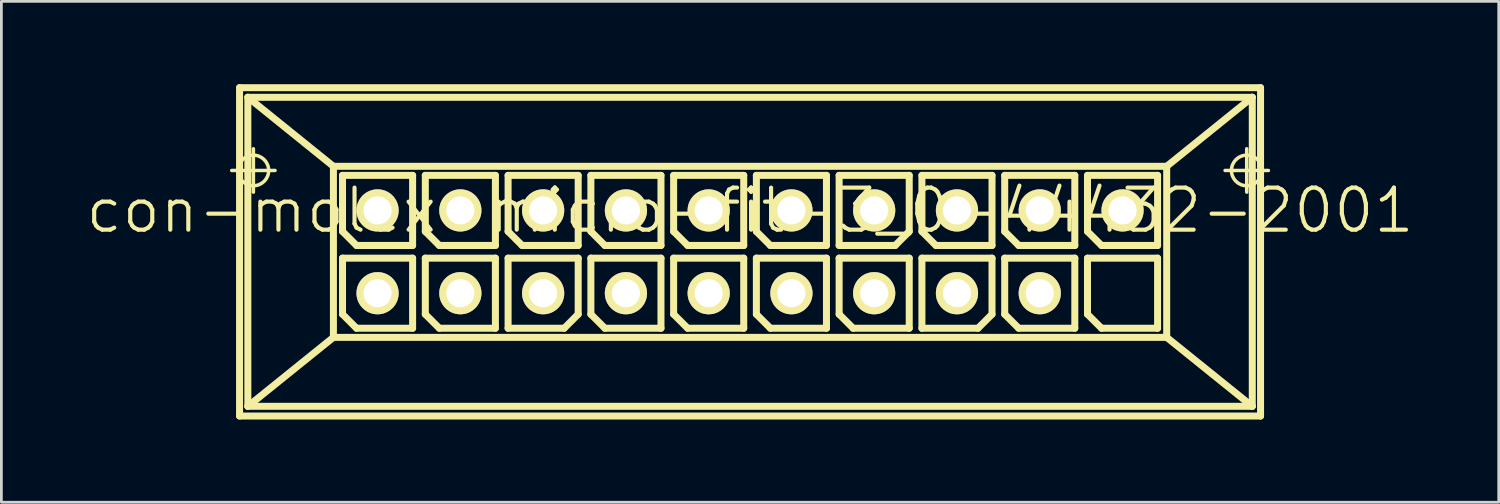
<source format=kicad_pcb>
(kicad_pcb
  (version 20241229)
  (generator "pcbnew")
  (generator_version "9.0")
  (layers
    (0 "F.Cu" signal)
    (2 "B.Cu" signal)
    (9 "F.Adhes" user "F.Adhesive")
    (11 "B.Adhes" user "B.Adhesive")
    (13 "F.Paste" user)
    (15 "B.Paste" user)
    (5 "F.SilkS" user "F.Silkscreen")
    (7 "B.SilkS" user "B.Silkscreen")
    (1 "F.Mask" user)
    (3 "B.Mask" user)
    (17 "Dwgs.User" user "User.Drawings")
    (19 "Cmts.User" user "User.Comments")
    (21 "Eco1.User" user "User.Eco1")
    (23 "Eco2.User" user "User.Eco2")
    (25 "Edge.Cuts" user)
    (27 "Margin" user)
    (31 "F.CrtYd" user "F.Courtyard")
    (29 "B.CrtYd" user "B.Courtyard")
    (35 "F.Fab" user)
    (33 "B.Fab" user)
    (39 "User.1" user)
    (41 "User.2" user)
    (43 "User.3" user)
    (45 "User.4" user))
  (footprint "con-molex-micro-fit-3_0-44432-2001"
    (layer "F.Cu")
    (at 24.13 4.575)
    (property "Reference" "con-molex-micro-fit-3_0-44432-2001" (at 0 0 0) (layer "F.SilkS") (effects (font (size 1.524 1.524) (thickness 0.15))))
    (attr exclude_from_pos_files exclude_from_bom)
    (fp_line (start -18.783 -1.448) (end -17.214 -1.448) (stroke (width 0.127) (type solid)) (layer "F.SilkS"))
    (fp_line (start -18.499 -4.448) (end 18.499 -4.448) (stroke (width 0.254) (type solid)) (layer "F.SilkS"))
    (fp_line (start -18.499 7.45) (end -18.499 -4.448) (stroke (width 0.254) (type solid)) (layer "F.SilkS"))
    (fp_line (start -18.199 -4.1) (end -15.098 -1.598) (stroke (width 0.254) (type solid)) (layer "F.SilkS"))
    (fp_line (start -18.199 -4.1) (end 18.199 -4.1) (stroke (width 0.254) (type solid)) (layer "F.SilkS"))
    (fp_line (start -18.199 7.099) (end -18.199 -4.1) (stroke (width 0.254) (type solid)) (layer "F.SilkS"))
    (fp_line (start -17.998 -0.663) (end -17.998 -2.233) (stroke (width 0.127) (type solid)) (layer "F.SilkS"))
    (fp_line (start -15.098 -1.598) (end -15.098 4.6) (stroke (width 0.254) (type solid)) (layer "F.SilkS"))
    (fp_line (start -15.098 -1.598) (end 15.098 -1.598) (stroke (width 0.254) (type solid)) (layer "F.SilkS"))
    (fp_line (start -15.098 4.6) (end -18.199 7.099) (stroke (width 0.254) (type solid)) (layer "F.SilkS"))
    (fp_line (start -15.098 4.6) (end 15.098 4.6) (stroke (width 0.254) (type solid)) (layer "F.SilkS"))
    (fp_line (start -14.768 -1.27) (end -12.228 -1.27) (stroke (width 0.254) (type solid)) (layer "F.SilkS"))
    (fp_line (start -14.768 0.762) (end -14.768 -1.27) (stroke (width 0.254) (type solid)) (layer "F.SilkS"))
    (fp_line (start -14.768 1.73) (end -12.228 1.73) (stroke (width 0.254) (type solid)) (layer "F.SilkS"))
    (fp_line (start -14.768 3.762) (end -14.768 1.73) (stroke (width 0.254) (type solid)) (layer "F.SilkS"))
    (fp_line (start -14.26 1.27) (end -14.768 0.762) (stroke (width 0.254) (type solid)) (layer "F.SilkS"))
    (fp_line (start -14.26 4.27) (end -14.768 3.762) (stroke (width 0.254) (type solid)) (layer "F.SilkS"))
    (fp_line (start -12.228 -1.27) (end -12.228 1.27) (stroke (width 0.254) (type solid)) (layer "F.SilkS"))
    (fp_line (start -12.228 1.27) (end -14.26 1.27) (stroke (width 0.254) (type solid)) (layer "F.SilkS"))
    (fp_line (start -12.228 1.73) (end -12.228 4.27) (stroke (width 0.254) (type solid)) (layer "F.SilkS"))
    (fp_line (start -12.228 4.27) (end -14.26 4.27) (stroke (width 0.254) (type solid)) (layer "F.SilkS"))
    (fp_line (start -11.768 -1.27) (end -9.228 -1.27) (stroke (width 0.254) (type solid)) (layer "F.SilkS"))
    (fp_line (start -11.768 0.762) (end -11.768 -1.27) (stroke (width 0.254) (type solid)) (layer "F.SilkS"))
    (fp_line (start -11.768 1.73) (end -9.228 1.73) (stroke (width 0.254) (type solid)) (layer "F.SilkS"))
    (fp_line (start -11.768 3.762) (end -11.768 1.73) (stroke (width 0.254) (type solid)) (layer "F.SilkS"))
    (fp_line (start -11.26 1.27) (end -11.768 0.762) (stroke (width 0.254) (type solid)) (layer "F.SilkS"))
    (fp_line (start -11.26 4.27) (end -11.768 3.762) (stroke (width 0.254) (type solid)) (layer "F.SilkS"))
    (fp_line (start -9.228 -1.27) (end -9.228 1.27) (stroke (width 0.254) (type solid)) (layer "F.SilkS"))
    (fp_line (start -9.228 1.27) (end -11.26 1.27) (stroke (width 0.254) (type solid)) (layer "F.SilkS"))
    (fp_line (start -9.228 1.73) (end -9.228 4.27) (stroke (width 0.254) (type solid)) (layer "F.SilkS"))
    (fp_line (start -9.228 4.27) (end -11.26 4.27) (stroke (width 0.254) (type solid)) (layer "F.SilkS"))
    (fp_line (start -8.768 -1.27) (end -6.228 -1.27) (stroke (width 0.254) (type solid)) (layer "F.SilkS"))
    (fp_line (start -8.768 0.762) (end -8.768 -1.27) (stroke (width 0.254) (type solid)) (layer "F.SilkS"))
    (fp_line (start -8.768 1.73) (end -6.228 1.73) (stroke (width 0.254) (type solid)) (layer "F.SilkS"))
    (fp_line (start -8.768 4.27) (end -8.768 1.73) (stroke (width 0.254) (type solid)) (layer "F.SilkS"))
    (fp_line (start -8.26 1.27) (end -8.768 0.762) (stroke (width 0.254) (type solid)) (layer "F.SilkS"))
    (fp_line (start -6.736 4.27) (end -8.768 4.27) (stroke (width 0.254) (type solid)) (layer "F.SilkS"))
    (fp_line (start -6.228 -1.27) (end -6.228 1.27) (stroke (width 0.254) (type solid)) (layer "F.SilkS"))
    (fp_line (start -6.228 1.27) (end -8.26 1.27) (stroke (width 0.254) (type solid)) (layer "F.SilkS"))
    (fp_line (start -6.228 1.73) (end -6.228 3.762) (stroke (width 0.254) (type solid)) (layer "F.SilkS"))
    (fp_line (start -6.228 3.762) (end -6.736 4.27) (stroke (width 0.254) (type solid)) (layer "F.SilkS"))
    (fp_line (start -5.768 -1.27) (end -3.228 -1.27) (stroke (width 0.254) (type solid)) (layer "F.SilkS"))
    (fp_line (start -5.768 0.762) (end -5.768 -1.27) (stroke (width 0.254) (type solid)) (layer "F.SilkS"))
    (fp_line (start -5.768 1.73) (end -3.228 1.73) (stroke (width 0.254) (type solid)) (layer "F.SilkS"))
    (fp_line (start -5.768 3.762) (end -5.768 1.73) (stroke (width 0.254) (type solid)) (layer "F.SilkS"))
    (fp_line (start -5.26 1.27) (end -5.768 0.762) (stroke (width 0.254) (type solid)) (layer "F.SilkS"))
    (fp_line (start -5.26 4.27) (end -5.768 3.762) (stroke (width 0.254) (type solid)) (layer "F.SilkS"))
    (fp_line (start -3.228 -1.27) (end -3.228 1.27) (stroke (width 0.254) (type solid)) (layer "F.SilkS"))
    (fp_line (start -3.228 1.27) (end -5.26 1.27) (stroke (width 0.254) (type solid)) (layer "F.SilkS"))
    (fp_line (start -3.228 1.73) (end -3.228 4.27) (stroke (width 0.254) (type solid)) (layer "F.SilkS"))
    (fp_line (start -3.228 4.27) (end -5.26 4.27) (stroke (width 0.254) (type solid)) (layer "F.SilkS"))
    (fp_line (start -2.769 -1.27) (end -0.229 -1.27) (stroke (width 0.254) (type solid)) (layer "F.SilkS"))
    (fp_line (start -2.769 0.762) (end -2.769 -1.27) (stroke (width 0.254) (type solid)) (layer "F.SilkS"))
    (fp_line (start -2.769 1.73) (end -0.229 1.73) (stroke (width 0.254) (type solid)) (layer "F.SilkS"))
    (fp_line (start -2.769 3.762) (end -2.769 1.73) (stroke (width 0.254) (type solid)) (layer "F.SilkS"))
    (fp_line (start -2.261 1.27) (end -2.769 0.762) (stroke (width 0.254) (type solid)) (layer "F.SilkS"))
    (fp_line (start -2.261 4.27) (end -2.769 3.762) (stroke (width 0.254) (type solid)) (layer "F.SilkS"))
    (fp_line (start -0.229 -1.27) (end -0.229 1.27) (stroke (width 0.254) (type solid)) (layer "F.SilkS"))
    (fp_line (start -0.229 1.27) (end -2.261 1.27) (stroke (width 0.254) (type solid)) (layer "F.SilkS"))
    (fp_line (start -0.229 1.73) (end -0.229 4.27) (stroke (width 0.254) (type solid)) (layer "F.SilkS"))
    (fp_line (start -0.229 4.27) (end -2.261 4.27) (stroke (width 0.254) (type solid)) (layer "F.SilkS"))
    (fp_line (start 0.229 -1.27) (end 2.769 -1.27) (stroke (width 0.254) (type solid)) (layer "F.SilkS"))
    (fp_line (start 0.229 0.762) (end 0.229 -1.27) (stroke (width 0.254) (type solid)) (layer "F.SilkS"))
    (fp_line (start 0.229 1.73) (end 2.769 1.73) (stroke (width 0.254) (type solid)) (layer "F.SilkS"))
    (fp_line (start 0.229 3.762) (end 0.229 1.73) (stroke (width 0.254) (type solid)) (layer "F.SilkS"))
    (fp_line (start 0.737 1.27) (end 0.229 0.762) (stroke (width 0.254) (type solid)) (layer "F.SilkS"))
    (fp_line (start 0.737 4.27) (end 0.229 3.762) (stroke (width 0.254) (type solid)) (layer "F.SilkS"))
    (fp_line (start 2.769 -1.27) (end 2.769 1.27) (stroke (width 0.254) (type solid)) (layer "F.SilkS"))
    (fp_line (start 2.769 1.27) (end 0.737 1.27) (stroke (width 0.254) (type solid)) (layer "F.SilkS"))
    (fp_line (start 2.769 1.73) (end 2.769 4.27) (stroke (width 0.254) (type solid)) (layer "F.SilkS"))
    (fp_line (start 2.769 4.27) (end 0.737 4.27) (stroke (width 0.254) (type solid)) (layer "F.SilkS"))
    (fp_line (start 3.228 -1.27) (end 5.768 -1.27) (stroke (width 0.254) (type solid)) (layer "F.SilkS"))
    (fp_line (start 3.228 1.27) (end 3.228 -1.27) (stroke (width 0.254) (type solid)) (layer "F.SilkS"))
    (fp_line (start 3.228 1.73) (end 5.768 1.73) (stroke (width 0.254) (type solid)) (layer "F.SilkS"))
    (fp_line (start 3.228 3.762) (end 3.228 1.73) (stroke (width 0.254) (type solid)) (layer "F.SilkS"))
    (fp_line (start 3.736 4.27) (end 3.228 3.762) (stroke (width 0.254) (type solid)) (layer "F.SilkS"))
    (fp_line (start 5.26 1.27) (end 3.228 1.27) (stroke (width 0.254) (type solid)) (layer "F.SilkS"))
    (fp_line (start 5.768 -1.27) (end 5.768 0.762) (stroke (width 0.254) (type solid)) (layer "F.SilkS"))
    (fp_line (start 5.768 0.762) (end 5.26 1.27) (stroke (width 0.254) (type solid)) (layer "F.SilkS"))
    (fp_line (start 5.768 1.73) (end 5.768 4.27) (stroke (width 0.254) (type solid)) (layer "F.SilkS"))
    (fp_line (start 5.768 4.27) (end 3.736 4.27) (stroke (width 0.254) (type solid)) (layer "F.SilkS"))
    (fp_line (start 6.228 -1.27) (end 8.768 -1.27) (stroke (width 0.254) (type solid)) (layer "F.SilkS"))
    (fp_line (start 6.228 0.762) (end 6.228 -1.27) (stroke (width 0.254) (type solid)) (layer "F.SilkS"))
    (fp_line (start 6.228 1.73) (end 8.768 1.73) (stroke (width 0.254) (type solid)) (layer "F.SilkS"))
    (fp_line (start 6.228 4.27) (end 6.228 1.73) (stroke (width 0.254) (type solid)) (layer "F.SilkS"))
    (fp_line (start 6.736 1.27) (end 6.228 0.762) (stroke (width 0.254) (type solid)) (layer "F.SilkS"))
    (fp_line (start 8.26 4.27) (end 6.228 4.27) (stroke (width 0.254) (type solid)) (layer "F.SilkS"))
    (fp_line (start 8.768 -1.27) (end 8.768 1.27) (stroke (width 0.254) (type solid)) (layer "F.SilkS"))
    (fp_line (start 8.768 1.27) (end 6.736 1.27) (stroke (width 0.254) (type solid)) (layer "F.SilkS"))
    (fp_line (start 8.768 1.73) (end 8.768 3.762) (stroke (width 0.254) (type solid)) (layer "F.SilkS"))
    (fp_line (start 8.768 3.762) (end 8.26 4.27) (stroke (width 0.254) (type solid)) (layer "F.SilkS"))
    (fp_line (start 9.228 -1.27) (end 11.768 -1.27) (stroke (width 0.254) (type solid)) (layer "F.SilkS"))
    (fp_line (start 9.228 0.762) (end 9.228 -1.27) (stroke (width 0.254) (type solid)) (layer "F.SilkS"))
    (fp_line (start 9.228 1.73) (end 11.768 1.73) (stroke (width 0.254) (type solid)) (layer "F.SilkS"))
    (fp_line (start 9.228 3.762) (end 9.228 1.73) (stroke (width 0.254) (type solid)) (layer "F.SilkS"))
    (fp_line (start 9.736 1.27) (end 9.228 0.762) (stroke (width 0.254) (type solid)) (layer "F.SilkS"))
    (fp_line (start 9.736 4.27) (end 9.228 3.762) (stroke (width 0.254) (type solid)) (layer "F.SilkS"))
    (fp_line (start 11.768 -1.27) (end 11.768 1.27) (stroke (width 0.254) (type solid)) (layer "F.SilkS"))
    (fp_line (start 11.768 1.27) (end 9.736 1.27) (stroke (width 0.254) (type solid)) (layer "F.SilkS"))
    (fp_line (start 11.768 1.73) (end 11.768 4.27) (stroke (width 0.254) (type solid)) (layer "F.SilkS"))
    (fp_line (start 11.768 4.27) (end 9.736 4.27) (stroke (width 0.254) (type solid)) (layer "F.SilkS"))
    (fp_line (start 12.228 -1.27) (end 14.768 -1.27) (stroke (width 0.254) (type solid)) (layer "F.SilkS"))
    (fp_line (start 12.228 0.762) (end 12.228 -1.27) (stroke (width 0.254) (type solid)) (layer "F.SilkS"))
    (fp_line (start 12.228 1.73) (end 14.768 1.73) (stroke (width 0.254) (type solid)) (layer "F.SilkS"))
    (fp_line (start 12.228 3.762) (end 12.228 1.73) (stroke (width 0.254) (type solid)) (layer "F.SilkS"))
    (fp_line (start 12.736 1.27) (end 12.228 0.762) (stroke (width 0.254) (type solid)) (layer "F.SilkS"))
    (fp_line (start 12.736 4.27) (end 12.228 3.762) (stroke (width 0.254) (type solid)) (layer "F.SilkS"))
    (fp_line (start 14.768 -1.27) (end 14.768 1.27) (stroke (width 0.254) (type solid)) (layer "F.SilkS"))
    (fp_line (start 14.768 1.27) (end 12.736 1.27) (stroke (width 0.254) (type solid)) (layer "F.SilkS"))
    (fp_line (start 14.768 1.73) (end 14.768 4.27) (stroke (width 0.254) (type solid)) (layer "F.SilkS"))
    (fp_line (start 14.768 4.27) (end 12.736 4.27) (stroke (width 0.254) (type solid)) (layer "F.SilkS"))
    (fp_line (start 15.098 -1.598) (end 18.199 -4.1) (stroke (width 0.254) (type solid)) (layer "F.SilkS"))
    (fp_line (start 15.098 4.6) (end 15.098 -1.598) (stroke (width 0.254) (type solid)) (layer "F.SilkS"))
    (fp_line (start 15.098 4.6) (end 18.199 7.099) (stroke (width 0.254) (type solid)) (layer "F.SilkS"))
    (fp_line (start 17.214 -1.448) (end 18.783 -1.448) (stroke (width 0.127) (type solid)) (layer "F.SilkS"))
    (fp_line (start 17.998 -0.663) (end 17.998 -2.233) (stroke (width 0.127) (type solid)) (layer "F.SilkS"))
    (fp_line (start 18.199 -4.1) (end 18.199 7.099) (stroke (width 0.254) (type solid)) (layer "F.SilkS"))
    (fp_line (start 18.199 7.099) (end -18.199 7.099) (stroke (width 0.254) (type solid)) (layer "F.SilkS"))
    (fp_line (start 18.499 -4.448) (end 18.499 7.45) (stroke (width 0.254) (type solid)) (layer "F.SilkS"))
    (fp_line (start 18.499 7.45) (end -18.499 7.45) (stroke (width 0.254) (type solid)) (layer "F.SilkS"))
    (fp_circle (center -17.998 -1.448) (end -18.39 -1.839) (stroke (width 0.127) (type solid)) (fill no) (layer "F.SilkS"))
    (fp_circle (center 17.998 -1.448) (end 18.39 -1.839) (stroke (width 0.127) (type solid)) (fill no) (layer "F.SilkS"))
    (pad "P$1" thru_hole rect (at 13.498 3) (size 0.001 0.001) (drill 1.019) (layers "*.Cu" "F.Mask" "F.SilkS" "F.Paste"))
    (pad "P$2" thru_hole circle (at 10.498 3) (size 1.529 1.529) (drill 1.019) (layers "*.Cu" "F.Mask" "F.SilkS" "F.Paste"))
    (pad "P$3" thru_hole circle (at 7.498 3) (size 1.529 1.529) (drill 1.019) (layers "*.Cu" "F.Mask" "F.SilkS" "F.Paste"))
    (pad "P$4" thru_hole circle (at 4.498 3) (size 1.529 1.529) (drill 1.019) (layers "*.Cu" "F.Mask" "F.SilkS" "F.Paste"))
    (pad "P$5" thru_hole circle (at 1.499 3) (size 1.529 1.529) (drill 1.019) (layers "*.Cu" "F.Mask" "F.SilkS" "F.Paste"))
    (pad "P$6" thru_hole circle (at -1.499 3) (size 1.529 1.529) (drill 1.019) (layers "*.Cu" "F.Mask" "F.SilkS" "F.Paste"))
    (pad "P$7" thru_hole circle (at -4.498 3) (size 1.529 1.529) (drill 1.019) (layers "*.Cu" "F.Mask" "F.SilkS" "F.Paste"))
    (pad "P$8" thru_hole circle (at -7.498 3) (size 1.529 1.529) (drill 1.019) (layers "*.Cu" "F.Mask" "F.SilkS" "F.Paste"))
    (pad "P$9" thru_hole circle (at -10.498 3) (size 1.529 1.529) (drill 1.019) (layers "*.Cu" "F.Mask" "F.SilkS" "F.Paste"))
    (pad "P$10" thru_hole circle (at -13.498 3) (size 1.529 1.529) (drill 1.019) (layers "*.Cu" "F.Mask" "F.SilkS" "F.Paste"))
    (pad "P$11" thru_hole circle (at 13.498 0) (size 1.529 1.529) (drill 1.019) (layers "*.Cu" "F.Mask" "F.SilkS" "F.Paste"))
    (pad "P$12" thru_hole circle (at 10.498 0) (size 1.529 1.529) (drill 1.019) (layers "*.Cu" "F.Mask" "F.SilkS" "F.Paste"))
    (pad "P$13" thru_hole circle (at 7.498 0) (size 1.529 1.529) (drill 1.019) (layers "*.Cu" "F.Mask" "F.SilkS" "F.Paste"))
    (pad "P$14" thru_hole circle (at 4.498 0) (size 1.529 1.529) (drill 1.019) (layers "*.Cu" "F.Mask" "F.SilkS" "F.Paste"))
    (pad "P$15" thru_hole circle (at 1.499 0) (size 1.529 1.529) (drill 1.019) (layers "*.Cu" "F.Mask" "F.SilkS" "F.Paste"))
    (pad "P$16" thru_hole circle (at -1.499 0) (size 1.529 1.529) (drill 1.019) (layers "*.Cu" "F.Mask" "F.SilkS" "F.Paste"))
    (pad "P$17" thru_hole circle (at -4.498 0) (size 1.529 1.529) (drill 1.019) (layers "*.Cu" "F.Mask" "F.SilkS" "F.Paste"))
    (pad "P$18" thru_hole circle (at -7.498 0) (size 1.529 1.529) (drill 1.019) (layers "*.Cu" "F.Mask" "F.SilkS" "F.Paste"))
    (pad "P$19" thru_hole circle (at -10.498 0) (size 1.529 1.529) (drill 1.019) (layers "*.Cu" "F.Mask" "F.SilkS" "F.Paste"))
    (pad "P$20" thru_hole circle (at -13.498 0) (size 1.529 1.529) (drill 1.019) (layers "*.Cu" "F.Mask" "F.SilkS" "F.Paste")))
  (gr_rect
    (start -3 -3)
    (end 51.26 15.151)
    (stroke (width 0.1) (type default))
    (fill no)
    (layer "Edge.Cuts")))
</source>
